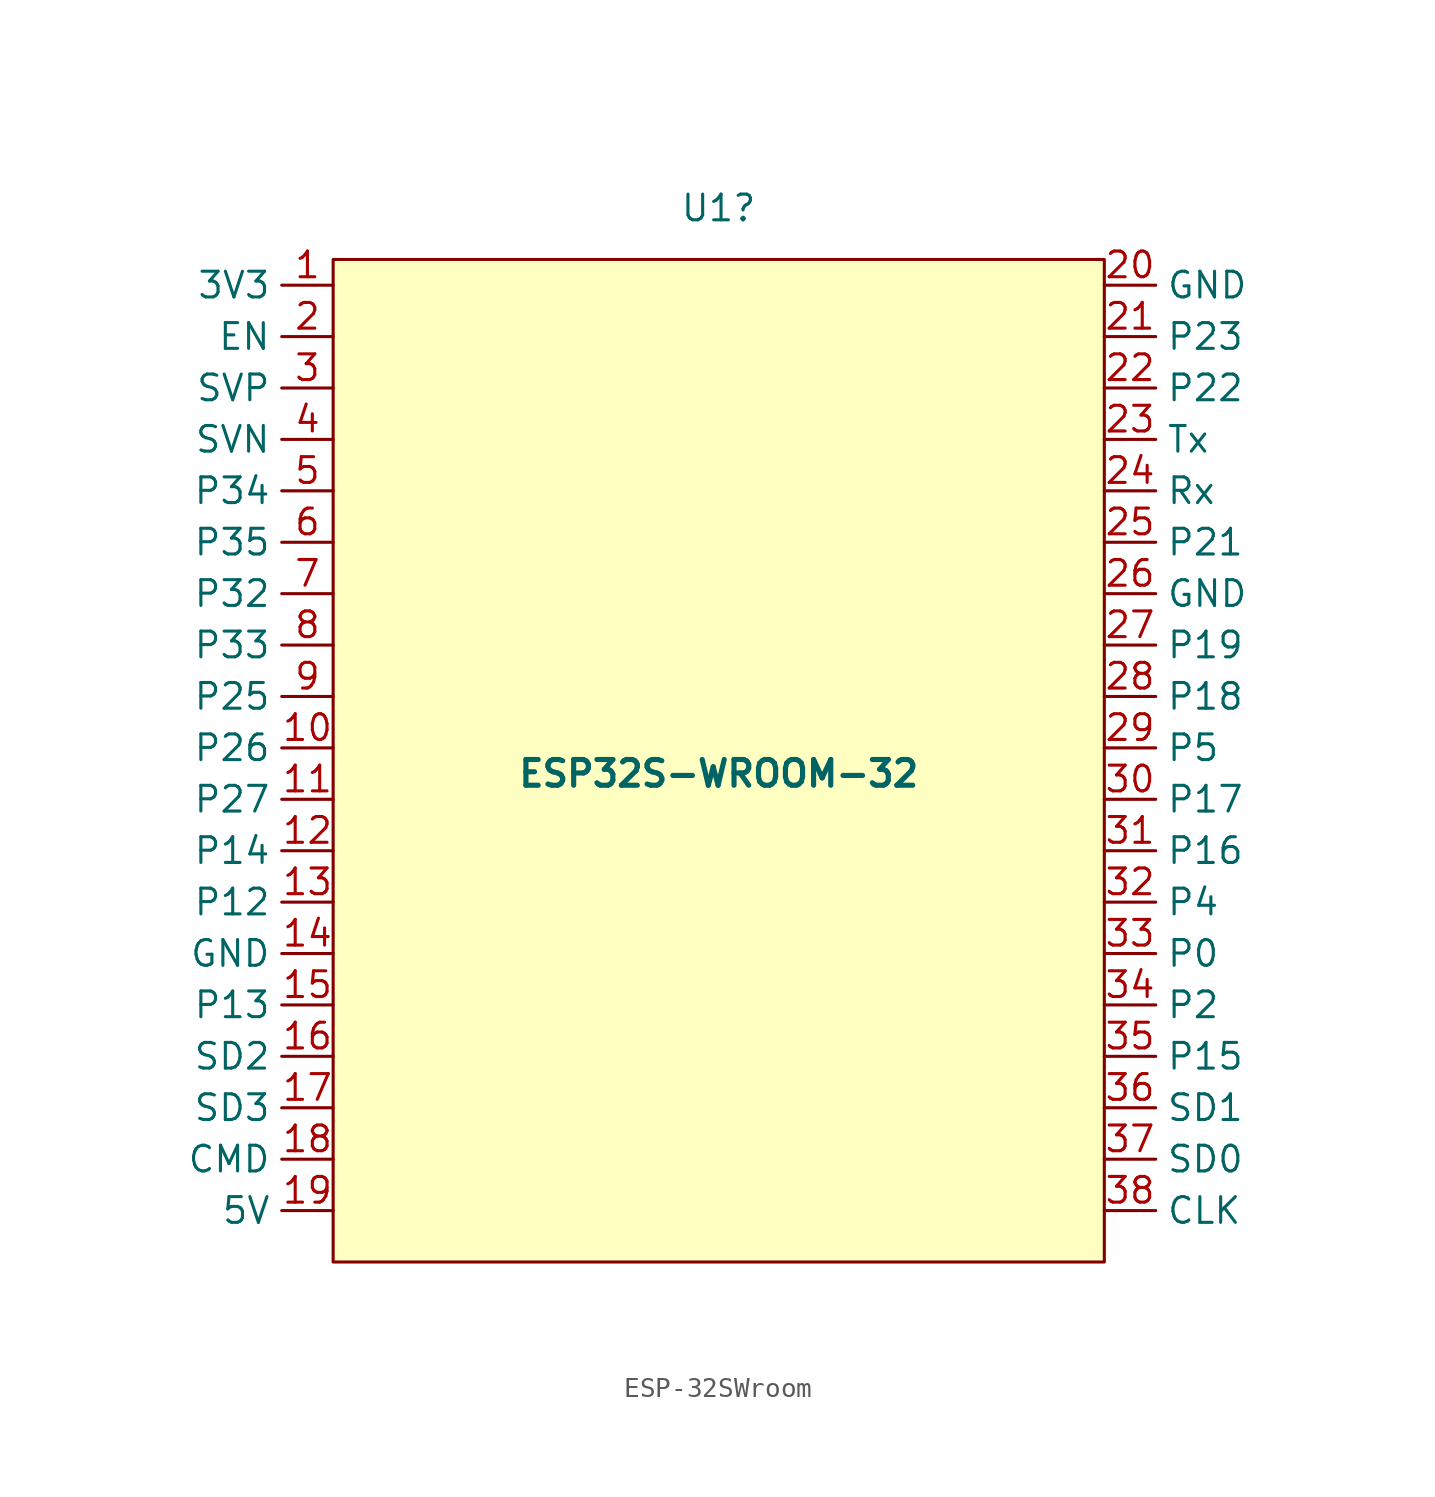
<source format=kicad_sym>
(kicad_symbol_lib
  (version 20231120)
  (generator "kicad_symbol_editor")
  (generator_version "8.0")
  (symbol "ESP-32SWroom"
    (property "Reference" "U1"
      (at -0.008 27.94 0)
      (effects (font (size 1.27 1.27))))
    (property "Value" "ESP32S-WROOM-32"
      (at 0 0 0)
      (effects (font (size 1.27 1.27) (bold yes))))
    (symbol "ESP-32SWroom_1_1"
      (polyline (pts (xy -19.05 25.4) (xy 19.05 25.4) (xy 19.05 -24.13) (xy -19.05 -24.13) (xy -19.05 25.4)) (stroke (width 0) (type default)) (fill (type background)))
      (pin bidirectional line (at -19.05 24.13 180) (length 2.54) (name "3V3" (effects (font (size 1.27 1.27)))) (number "1" (effects (font (size 1.27 1.27)))))
      (pin bidirectional line (at -19.05 1.27 180) (length 2.54) (name "P26" (effects (font (size 1.27 1.27)))) (number "10" (effects (font (size 1.27 1.27)))))
      (pin bidirectional line (at -19.05 -1.27 180) (length 2.54) (name "P27" (effects (font (size 1.27 1.27)))) (number "11" (effects (font (size 1.27 1.27)))))
      (pin bidirectional line (at -19.05 -3.81 180) (length 2.54) (name "P14" (effects (font (size 1.27 1.27)))) (number "12" (effects (font (size 1.27 1.27)))))
      (pin bidirectional line (at -19.05 -6.35 180) (length 2.54) (name "P12" (effects (font (size 1.27 1.27)))) (number "13" (effects (font (size 1.27 1.27)))))
      (pin bidirectional line (at -19.05 -8.89 180) (length 2.54) (name "GND" (effects (font (size 1.27 1.27)))) (number "14" (effects (font (size 1.27 1.27)))))
      (pin bidirectional line (at -19.05 -11.43 180) (length 2.54) (name "P13" (effects (font (size 1.27 1.27)))) (number "15" (effects (font (size 1.27 1.27)))))
      (pin bidirectional line (at -19.05 -13.97 180) (length 2.54) (name "SD2" (effects (font (size 1.27 1.27)))) (number "16" (effects (font (size 1.27 1.27)))))
      (pin bidirectional line (at -19.05 -16.51 180) (length 2.54) (name "SD3" (effects (font (size 1.27 1.27)))) (number "17" (effects (font (size 1.27 1.27)))))
      (pin bidirectional line (at -19.05 -19.05 180) (length 2.54) (name "CMD" (effects (font (size 1.27 1.27)))) (number "18" (effects (font (size 1.27 1.27)))))
      (pin bidirectional line (at -19.05 -21.59 180) (length 2.54) (name "5V" (effects (font (size 1.27 1.27)))) (number "19" (effects (font (size 1.27 1.27)))))
      (pin bidirectional line (at -19.05 21.59 180) (length 2.54) (name "EN" (effects (font (size 1.27 1.27)))) (number "2" (effects (font (size 1.27 1.27)))))
      (pin bidirectional line (at 19.05 24.13 0) (length 2.54) (name "GND" (effects (font (size 1.27 1.27)))) (number "20" (effects (font (size 1.27 1.27)))))
      (pin bidirectional line (at 19.05 21.59 0) (length 2.54) (name "P23" (effects (font (size 1.27 1.27)))) (number "21" (effects (font (size 1.27 1.27)))))
      (pin bidirectional line (at 19.05 19.05 0) (length 2.54) (name "P22" (effects (font (size 1.27 1.27)))) (number "22" (effects (font (size 1.27 1.27)))))
      (pin bidirectional line (at 19.05 16.51 0) (length 2.54) (name "Tx" (effects (font (size 1.27 1.27)))) (number "23" (effects (font (size 1.27 1.27)))))
      (pin bidirectional line (at 19.05 13.97 0) (length 2.54) (name "Rx" (effects (font (size 1.27 1.27)))) (number "24" (effects (font (size 1.27 1.27)))))
      (pin bidirectional line (at 19.05 11.43 0) (length 2.54) (name "P21" (effects (font (size 1.27 1.27)))) (number "25" (effects (font (size 1.27 1.27)))))
      (pin bidirectional line (at 19.05 8.89 0) (length 2.54) (name "GND" (effects (font (size 1.27 1.27)))) (number "26" (effects (font (size 1.27 1.27)))))
      (pin bidirectional line (at 19.05 6.35 0) (length 2.54) (name "P19" (effects (font (size 1.27 1.27)))) (number "27" (effects (font (size 1.27 1.27)))))
      (pin bidirectional line (at 19.05 3.81 0) (length 2.54) (name "P18" (effects (font (size 1.27 1.27)))) (number "28" (effects (font (size 1.27 1.27)))))
      (pin bidirectional line (at 19.05 1.27 0) (length 2.54) (name "P5" (effects (font (size 1.27 1.27)))) (number "29" (effects (font (size 1.27 1.27)))))
      (pin bidirectional line (at -19.05 19.05 180) (length 2.54) (name "SVP" (effects (font (size 1.27 1.27)))) (number "3" (effects (font (size 1.27 1.27)))))
      (pin bidirectional line (at 19.05 -1.27 0) (length 2.54) (name "P17" (effects (font (size 1.27 1.27)))) (number "30" (effects (font (size 1.27 1.27)))))
      (pin bidirectional line (at 19.05 -3.81 0) (length 2.54) (name "P16" (effects (font (size 1.27 1.27)))) (number "31" (effects (font (size 1.27 1.27)))))
      (pin bidirectional line (at 19.05 -6.35 0) (length 2.54) (name "P4" (effects (font (size 1.27 1.27)))) (number "32" (effects (font (size 1.27 1.27)))))
      (pin bidirectional line (at 19.05 -8.89 0) (length 2.54) (name "P0" (effects (font (size 1.27 1.27)))) (number "33" (effects (font (size 1.27 1.27)))))
      (pin bidirectional line (at 19.05 -11.43 0) (length 2.54) (name "P2" (effects (font (size 1.27 1.27)))) (number "34" (effects (font (size 1.27 1.27)))))
      (pin bidirectional line (at 19.05 -13.97 0) (length 2.54) (name "P15" (effects (font (size 1.27 1.27)))) (number "35" (effects (font (size 1.27 1.27)))))
      (pin bidirectional line (at 19.05 -16.51 0) (length 2.54) (name "SD1" (effects (font (size 1.27 1.27)))) (number "36" (effects (font (size 1.27 1.27)))))
      (pin bidirectional line (at 19.05 -19.05 0) (length 2.54) (name "SD0" (effects (font (size 1.27 1.27)))) (number "37" (effects (font (size 1.27 1.27)))))
      (pin bidirectional line (at 19.05 -21.59 0) (length 2.54) (name "CLK" (effects (font (size 1.27 1.27)))) (number "38" (effects (font (size 1.27 1.27)))))
      (pin bidirectional line (at -19.05 16.51 180) (length 2.54) (name "SVN" (effects (font (size 1.27 1.27)))) (number "4" (effects (font (size 1.27 1.27)))))
      (pin bidirectional line (at -19.05 13.97 180) (length 2.54) (name "P34" (effects (font (size 1.27 1.27)))) (number "5" (effects (font (size 1.27 1.27)))))
      (pin bidirectional line (at -19.05 11.43 180) (length 2.54) (name "P35" (effects (font (size 1.27 1.27)))) (number "6" (effects (font (size 1.27 1.27)))))
      (pin bidirectional line (at -19.05 8.89 180) (length 2.54) (name "P32" (effects (font (size 1.27 1.27)))) (number "7" (effects (font (size 1.27 1.27)))))
      (pin bidirectional line (at -19.05 6.35 180) (length 2.54) (name "P33" (effects (font (size 1.27 1.27)))) (number "8" (effects (font (size 1.27 1.27)))))
      (pin bidirectional line (at -19.05 3.81 180) (length 2.54) (name "P25" (effects (font (size 1.27 1.27)))) (number "9" (effects (font (size 1.27 1.27))))))))
</source>
